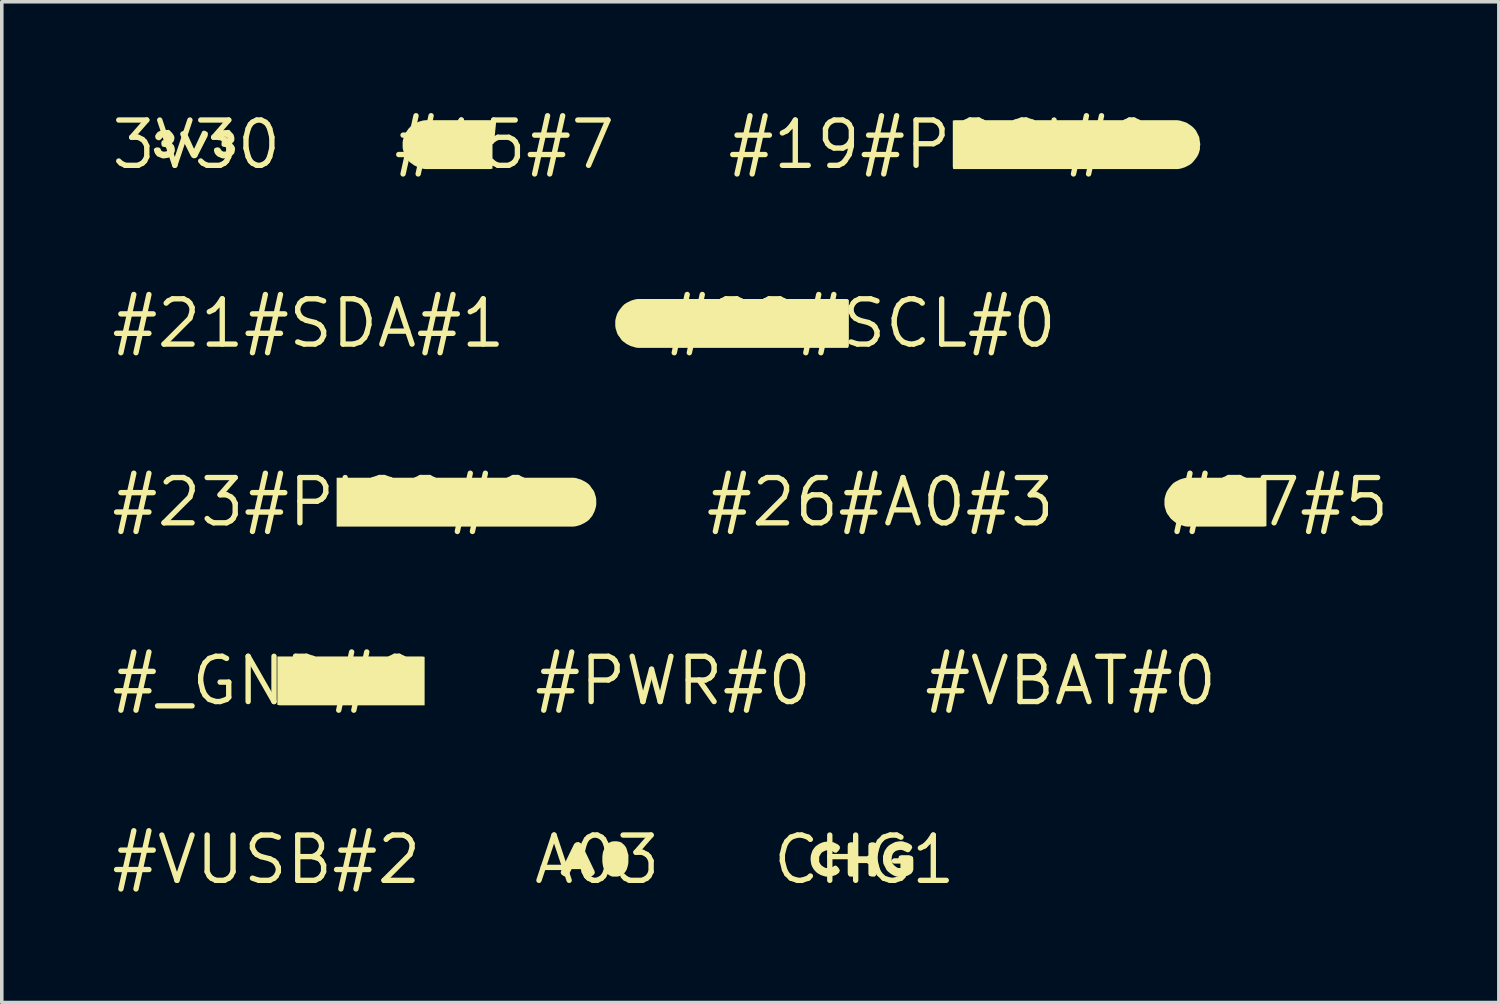
<source format=kicad_pcb>
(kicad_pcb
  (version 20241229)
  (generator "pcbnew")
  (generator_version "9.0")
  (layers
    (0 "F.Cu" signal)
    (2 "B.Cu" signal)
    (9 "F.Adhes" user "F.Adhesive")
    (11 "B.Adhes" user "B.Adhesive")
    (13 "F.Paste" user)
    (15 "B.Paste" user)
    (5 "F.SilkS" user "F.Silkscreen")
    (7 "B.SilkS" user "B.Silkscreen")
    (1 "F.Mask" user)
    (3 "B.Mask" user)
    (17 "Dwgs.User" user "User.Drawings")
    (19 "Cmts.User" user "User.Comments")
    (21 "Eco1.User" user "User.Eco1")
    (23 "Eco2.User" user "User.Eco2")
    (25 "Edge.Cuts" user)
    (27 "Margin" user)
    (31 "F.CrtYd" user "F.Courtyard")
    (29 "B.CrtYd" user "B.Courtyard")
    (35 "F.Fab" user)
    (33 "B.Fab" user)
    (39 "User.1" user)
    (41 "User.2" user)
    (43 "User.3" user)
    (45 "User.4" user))
  (footprint "CHG1"
    (layer "F.Cu")
    (at 21.186 21.056)
    (property "Reference" "CHG1" (at 0 0 0) (layer "F.SilkS") (effects (font (size 1.27 1.27) (thickness 0.15))))
    (fp_poly (pts (xy -0.246 -0.464) (xy -0.225 -0.401) (xy -0.225 -0.132) (xy -0.198 -0.095) (xy 0.078 -0.095) (xy 0.115 -0.122) (xy 0.115 -0.401) (xy 0.136 -0.464) (xy 0.199 -0.485) (xy 0.271 -0.485) (xy 0.335 -0.453) (xy 0.345 -0.39) (xy 0.355 0.371) (xy 0.334 0.433) (xy 0.292 0.475) (xy 0.209 0.475) (xy 0.136 0.454) (xy 0.115 0.401) (xy 0.115 0.132) (xy 0.078 0.095) (xy -0.188 0.095) (xy -0.225 0.132) (xy -0.225 0.401) (xy -0.257 0.454) (xy -0.319 0.475) (xy -0.412 0.475) (xy -0.455 0.432) (xy -0.465 0.37) (xy -0.465 -0.38) (xy -0.455 -0.453) (xy -0.401 -0.485) (xy -0.319 -0.485)) (stroke (width 0) (type default)) (fill yes) (layer "F.SilkS"))
    (fp_poly (pts (xy -0.929 -0.495) (xy -0.858 -0.485) (xy -0.737 -0.424) (xy -0.685 -0.372) (xy -0.685 -0.308) (xy -0.726 -0.247) (xy -0.778 -0.195) (xy -0.832 -0.195) (xy -0.892 -0.235) (xy -0.951 -0.255) (xy -1.02 -0.265) (xy -1.088 -0.255) (xy -1.148 -0.226) (xy -1.196 -0.196) (xy -1.236 -0.137) (xy -1.265 -0.079) (xy -1.265 0.059) (xy -1.236 0.117) (xy -1.197 0.166) (xy -1.137 0.206) (xy -1.079 0.235) (xy -0.951 0.235) (xy -0.892 0.206) (xy -0.821 0.165) (xy -0.777 0.175) (xy -0.726 0.227) (xy -0.685 0.299) (xy -0.706 0.363) (xy -0.757 0.404) (xy -0.808 0.435) (xy -0.879 0.455) (xy -0.949 0.475) (xy -1.081 0.475) (xy -1.151 0.455) (xy -1.212 0.435) (xy -1.273 0.404) (xy -1.333 0.364) (xy -1.384 0.313) (xy -1.424 0.263) (xy -1.454 0.212) (xy -1.485 0.141) (xy -1.495 0.081) (xy -1.505 0.01) (xy -1.505 -0.06) (xy -1.495 -0.131) (xy -1.475 -0.192) (xy -1.455 -0.252) (xy -1.414 -0.313) (xy -1.374 -0.364) (xy -1.323 -0.404) (xy -1.262 -0.444) (xy -1.192 -0.475) (xy -1.131 -0.495) (xy -1.06 -0.505) (xy -1 -0.505)) (stroke (width 0) (type default)) (fill yes) (layer "F.SilkS"))
    (fp_poly (pts (xy 1.131 -0.495) (xy 1.202 -0.475) (xy 1.263 -0.444) (xy 1.324 -0.403) (xy 1.345 -0.34) (xy 1.314 -0.277) (xy 1.263 -0.215) (xy 1.209 -0.205) (xy 1.079 -0.265) (xy 1.02 -0.275) (xy 0.951 -0.265) (xy 0.882 -0.245) (xy 0.834 -0.206) (xy 0.795 -0.158) (xy 0.775 -0.089) (xy 0.765 -0.02) (xy 0.775 0.049) (xy 0.794 0.108) (xy 0.834 0.156) (xy 0.893 0.206) (xy 0.951 0.235) (xy 1.079 0.235) (xy 1.135 0.207) (xy 1.135 0.085) (xy 0.998 0.075) (xy 0.955 0.032) (xy 0.955 -0.041) (xy 0.976 -0.104) (xy 1.039 -0.125) (xy 1.251 -0.125) (xy 1.322 -0.105) (xy 1.365 -0.073) (xy 1.375 -0.000355) (xy 1.375 0.281) (xy 1.354 0.342) (xy 1.313 0.394) (xy 1.262 0.424) (xy 1.202 0.455) (xy 1.131 0.465) (xy 1.06 0.475) (xy 0.909 0.475) (xy 0.848 0.455) (xy 0.787 0.424) (xy 0.727 0.384) (xy 0.677 0.344) (xy 0.626 0.293) (xy 0.535 0.112) (xy 0.525 0.04) (xy 0.525 -0.101) (xy 0.545 -0.161) (xy 0.565 -0.232) (xy 0.596 -0.283) (xy 0.636 -0.343) (xy 0.687 -0.394) (xy 0.747 -0.434) (xy 0.868 -0.495) (xy 0.929 -0.505) (xy 1 -0.515) (xy 1.071 -0.515)) (stroke (width 0) (type default)) (fill yes) (layer "F.SilkS")))
  (footprint "#26#A0#3"
    (layer "F.Cu")
    (at 21.636 11.031)
    (property "Reference" "#26#A0#3" (at 0 0 0) (layer "F.SilkS") (effects (font (size 1.27 1.27) (thickness 0.15))))
    (fp_poly (pts (xy 4.871 0.235) (xy 4.87 0.24) (xy 4.87 0.235) (xy 4.87 0.235)) (stroke (width 0) (type default)) (fill yes) (layer "F.SilkS")))
  (footprint "#23#PICO#0"
    (layer "F.Cu")
    (at 6.055 11.031)
    (property "Reference" "#23#PICO#0" (at 0 0 0) (layer "F.SilkS") (effects (font (size 1.27 1.27) (thickness 0.15))))
    (fp_poly (pts (xy 3.924 -0.224) (xy 3.955 -0.161) (xy 3.955 -0.088) (xy 3.913 -0.036) (xy 3.882 -0.015) (xy 3.74 -0.015) (xy 3.675 -0.026) (xy 3.675 -0.233) (xy 3.719 -0.255) (xy 3.861 -0.255)) (stroke (width 0) (type default)) (fill yes) (layer "F.SilkS"))
    (fp_poly (pts (xy 6.382 -0.255) (xy 6.443 -0.224) (xy 6.494 -0.173) (xy 6.525 -0.112) (xy 6.535 -0.04) (xy 6.535 0.03) (xy 6.525 0.102) (xy 6.484 0.153) (xy 6.433 0.204) (xy 6.372 0.235) (xy 6.31 0.245) (xy 6.239 0.245) (xy 6.177 0.214) (xy 6.127 0.174) (xy 6.075 0.123) (xy 6.055 0.041) (xy 6.055 -0.02) (xy 6.065 -0.091) (xy 6.086 -0.152) (xy 6.136 -0.214) (xy 6.188 -0.254) (xy 6.249 -0.275) (xy 6.321 -0.275)) (stroke (width 0) (type default)) (fill yes) (layer "F.SilkS"))
    (fp_poly (pts (xy 6.98 -0.685) (xy 7.051 -0.675) (xy 7.111 -0.655) (xy 7.182 -0.635) (xy 7.303 -0.574) (xy 7.363 -0.534) (xy 7.414 -0.494) (xy 7.454 -0.443) (xy 7.494 -0.383) (xy 7.534 -0.333) (xy 7.565 -0.272) (xy 7.585 -0.201) (xy 7.605 -0.141) (xy 7.615 -0.07) (xy 7.615 0.07) (xy 7.605 0.131) (xy 7.585 0.201) (xy 7.565 0.262) (xy 7.534 0.322) (xy 7.504 0.383) (xy 7.454 0.443) (xy 7.414 0.494) (xy 7.363 0.534) (xy 7.303 0.574) (xy 7.182 0.635) (xy 7.121 0.655) (xy 7.051 0.675) (xy 6.98 0.685) (xy 0.335 0.685) (xy 0.335 -0.685)) (stroke (width 0) (type default)) (fill yes) (layer "F.SilkS")))
  (footprint "#VUSB#2"
    (layer "F.Cu")
    (at 4.422 21.056)
    (property "Reference" "#VUSB#2" (at 0 0 0) (layer "F.SilkS") (effects (font (size 1.27 1.27) (thickness 0.15))))
    (fp_poly (pts (xy -1.298 0.235) (xy -1.3 0.24) (xy -1.3 0.235) (xy -1.299 0.235)) (stroke (width 0) (type default)) (fill yes) (layer "F.SilkS")))
  (footprint "#VBAT#0"
    (layer "F.Cu")
    (at 26.974 16.043)
    (property "Reference" "#VBAT#0" (at 0 0 0) (layer "F.SilkS") (effects (font (size 1.27 1.27) (thickness 0.15))))
    (fp_poly (pts (xy -3.559 0.235) (xy -3.56 0.24) (xy -3.56 0.235) (xy -3.56 0.235)) (stroke (width 0) (type default)) (fill yes) (layer "F.SilkS")))
  (footprint "#15#7"
    (layer "F.Cu")
    (at 11.095 1.006)
    (property "Reference" "#15#7" (at 0 0 0) (layer "F.SilkS") (effects (font (size 1.27 1.27) (thickness 0.15))))
    (fp_poly (pts (xy -0.335 -0.62) (xy -0.335 0.674) (xy -0.4 0.685) (xy -2.22 0.685) (xy -2.291 0.675) (xy -2.361 0.655) (xy -2.422 0.635) (xy -2.543 0.574) (xy -2.593 0.534) (xy -2.653 0.494) (xy -2.694 0.443) (xy -2.734 0.383) (xy -2.774 0.333) (xy -2.805 0.262) (xy -2.825 0.202) (xy -2.845 0.141) (xy -2.855 0.07) (xy -2.855 -0.07) (xy -2.845 -0.131) (xy -2.825 -0.201) (xy -2.805 -0.262) (xy -2.774 -0.323) (xy -2.734 -0.383) (xy -2.694 -0.443) (xy -2.654 -0.484) (xy -2.603 -0.534) (xy -2.543 -0.574) (xy -2.422 -0.635) (xy -2.361 -0.655) (xy -2.291 -0.675) (xy -2.22 -0.685) (xy -0.346 -0.685)) (stroke (width 0) (type default)) (fill yes) (layer "F.SilkS")))
  (footprint "#27#5"
    (layer "F.Cu")
    (at 32.798 11.031)
    (property "Reference" "#27#5" (at 0 0 0) (layer "F.SilkS") (effects (font (size 1.27 1.27) (thickness 0.15))))
    (fp_poly (pts (xy -0.335 -0.62) (xy -0.335 0.674) (xy -0.4 0.685) (xy -2.56 0.685) (xy -2.631 0.675) (xy -2.691 0.655) (xy -2.762 0.635) (xy -2.883 0.574) (xy -2.933 0.534) (xy -2.983 0.494) (xy -3.034 0.443) (xy -3.074 0.383) (xy -3.114 0.333) (xy -3.145 0.272) (xy -3.165 0.201) (xy -3.185 0.141) (xy -3.195 0.07) (xy -3.195 -0.07) (xy -3.185 -0.131) (xy -3.165 -0.201) (xy -3.145 -0.262) (xy -3.114 -0.323) (xy -3.074 -0.383) (xy -3.034 -0.433) (xy -2.994 -0.483) (xy -2.943 -0.534) (xy -2.883 -0.574) (xy -2.762 -0.635) (xy -2.701 -0.655) (xy -2.631 -0.675) (xy -2.56 -0.685) (xy -0.346 -0.685)) (stroke (width 0) (type default)) (fill yes) (layer "F.SilkS")))
  (footprint "#21#SDA#1"
    (layer "F.Cu")
    (at 5.601 6.019)
    (property "Reference" "#21#SDA#1" (at 0 0 0) (layer "F.SilkS") (effects (font (size 1.27 1.27) (thickness 0.15))))
    (fp_poly (pts (xy -2.538 0.236) (xy -2.54 0.24) (xy -2.54 0.235) (xy -2.539 0.235)) (stroke (width 0) (type default)) (fill yes) (layer "F.SilkS")))
  (footprint "#22#SCL#0"
    (layer "F.Cu")
    (at 21.088 6.019)
    (property "Reference" "#22#SCL#0" (at 0 0 0) (layer "F.SilkS") (effects (font (size 1.27 1.27) (thickness 0.15))))
    (fp_poly (pts (xy -0.335 -0.652) (xy -0.335 0.631) (xy -0.357 0.685) (xy -6.25 0.685) (xy -6.321 0.675) (xy -6.381 0.655) (xy -6.452 0.635) (xy -6.573 0.574) (xy -6.623 0.534) (xy -6.683 0.494) (xy -6.724 0.443) (xy -6.764 0.383) (xy -6.804 0.333) (xy -6.835 0.272) (xy -6.855 0.201) (xy -6.875 0.141) (xy -6.885 0.07) (xy -6.885 -0.07) (xy -6.875 -0.131) (xy -6.855 -0.201) (xy -6.835 -0.262) (xy -6.804 -0.323) (xy -6.764 -0.383) (xy -6.724 -0.433) (xy -6.684 -0.483) (xy -6.633 -0.534) (xy -6.573 -0.574) (xy -6.452 -0.635) (xy -6.391 -0.655) (xy -6.321 -0.675) (xy -6.25 -0.685) (xy -0.378 -0.685)) (stroke (width 0) (type default)) (fill yes) (layer "F.SilkS")))
  (footprint "#19#POCI#0"
    (layer "F.Cu")
    (at 23.333 1.006)
    (property "Reference" "#19#POCI#0" (at 0 0 0) (layer "F.SilkS") (effects (font (size 1.27 1.27) (thickness 0.15))))
    (fp_poly (pts (xy 1.774 -0.264) (xy 1.795 -0.21) (xy 1.774 -0.136) (xy 1.721 -0.115) (xy 1.638 -0.115) (xy 1.595 -0.168) (xy 1.595 -0.232) (xy 1.638 -0.285) (xy 1.701 -0.285)) (stroke (width 0) (type default)) (fill yes) (layer "F.SilkS"))
    (fp_poly (pts (xy 3.532 -0.245) (xy 3.594 -0.203) (xy 3.615 -0.14) (xy 3.605 -0.067) (xy 3.552 -0.025) (xy 3.511 -0.015) (xy 3.368 -0.015) (xy 3.325 -0.048) (xy 3.325 -0.255) (xy 3.47 -0.255)) (stroke (width 0) (type default)) (fill yes) (layer "F.SilkS"))
    (fp_poly (pts (xy 4.572 -0.265) (xy 4.633 -0.234) (xy 4.684 -0.183) (xy 4.715 -0.132) (xy 4.735 -0.061) (xy 4.735 0.01) (xy 4.725 0.082) (xy 4.694 0.143) (xy 4.653 0.194) (xy 4.592 0.225) (xy 4.521 0.245) (xy 4.459 0.245) (xy 4.398 0.225) (xy 4.337 0.184) (xy 4.286 0.143) (xy 4.245 0.061) (xy 4.245 -0.01) (xy 4.255 -0.081) (xy 4.276 -0.142) (xy 4.316 -0.194) (xy 4.378 -0.244) (xy 4.439 -0.265) (xy 4.5 -0.275)) (stroke (width 0) (type default)) (fill yes) (layer "F.SilkS"))
    (fp_poly (pts (xy 6.63 -0.685) (xy 6.701 -0.675) (xy 6.771 -0.655) (xy 6.832 -0.635) (xy 6.892 -0.615) (xy 7.013 -0.534) (xy 7.063 -0.494) (xy 7.114 -0.443) (xy 7.154 -0.393) (xy 7.245 -0.212) (xy 7.255 -0.141) (xy 7.265 -0.071) (xy 7.275 -0.01) (xy 7.265 0.06) (xy 7.265 0.131) (xy 7.245 0.201) (xy 7.225 0.262) (xy 7.194 0.323) (xy 7.154 0.383) (xy 7.114 0.433) (xy 7.074 0.483) (xy 7.023 0.534) (xy 6.963 0.574) (xy 6.842 0.635) (xy 6.781 0.655) (xy 6.711 0.675) (xy 6.64 0.685) (xy 0.346 0.685) (xy 0.335 0.62) (xy 0.335 -0.674) (xy 0.39 -0.685)) (stroke (width 0) (type default)) (fill yes) (layer "F.SilkS")))
  (footprint "#PWR#0"
    (layer "F.Cu")
    (at 15.825 16.043)
    (property "Reference" "#PWR#0" (at 0 0 0) (layer "F.SilkS") (effects (font (size 1.27 1.27) (thickness 0.15))))
    (fp_poly (pts (xy -3.707 -0.024) (xy -3.71 -0.02) (xy -3.71 -0.025) (xy -3.708 -0.025)) (stroke (width 0) (type default)) (fill yes) (layer "F.SilkS")))
  (footprint "A03"
    (layer "F.Cu")
    (at 13.696 21.056)
    (property "Reference" "A03" (at 0 0 0) (layer "F.SilkS") (effects (font (size 1.27 1.27) (thickness 0.15))))
    (fp_poly (pts (xy -0.467 -0.464) (xy -0.436 -0.433) (xy -0.075 0.318) (xy -0.065 0.371) (xy -0.096 0.423) (xy -0.168 0.475) (xy -0.232 0.475) (xy -0.284 0.433) (xy -0.344 0.303) (xy -0.382 0.265) (xy -0.717 0.265) (xy -0.776 0.382) (xy -0.806 0.444) (xy -0.869 0.475) (xy -0.932 0.465) (xy -1.004 0.413) (xy -1.025 0.36) (xy -1.005 0.298) (xy -0.674 -0.382) (xy -0.644 -0.443) (xy -0.592 -0.485) (xy -0.519 -0.495)) (stroke (width 0) (type default)) (fill yes) (layer "F.SilkS"))
    (fp_poly (pts (xy 0.611 -0.505) (xy 0.672 -0.484) (xy 0.733 -0.434) (xy 0.774 -0.393) (xy 0.815 -0.332) (xy 0.835 -0.271) (xy 0.856 -0.196) (xy 0.856 -0.196) (xy 0.875 -0.131) (xy 0.875 0.08) (xy 0.865 0.151) (xy 0.845 0.221) (xy 0.825 0.282) (xy 0.794 0.333) (xy 0.754 0.384) (xy 0.703 0.424) (xy 0.642 0.455) (xy 0.571 0.475) (xy 0.429 0.475) (xy 0.368 0.455) (xy 0.307 0.414) (xy 0.256 0.374) (xy 0.216 0.323) (xy 0.185 0.252) (xy 0.165 0.191) (xy 0.155 0.131) (xy 0.145 0.06) (xy 0.145 -0.09) (xy 0.155 -0.161) (xy 0.165 -0.221) (xy 0.195 -0.292) (xy 0.216 -0.352) (xy 0.256 -0.403) (xy 0.276 -0.444) (xy 0.338 -0.474) (xy 0.398 -0.505) (xy 0.47 -0.515) (xy 0.54 -0.515)) (stroke (width 0) (type default)) (fill yes) (layer "F.SilkS")))
  (footprint "#_GND#0"
    (layer "F.Cu")
    (at 4.392 16.043)
    (property "Reference" "#_GND#0" (at 0 0 0) (layer "F.SilkS") (effects (font (size 1.27 1.27) (thickness 0.15))))
    (fp_poly (pts (xy 4.4 -0.685) (xy 4.465 -0.674) (xy 4.465 0.685) (xy 0.4 0.685) (xy 0.335 0.674) (xy 0.335 -0.685)) (stroke (width 0) (type default)) (fill yes) (layer "F.SilkS"))
    (fp_poly (pts (xy 3.623 -0.224) (xy 3.674 -0.184) (xy 3.714 -0.133) (xy 3.745 -0.072) (xy 3.755 0) (xy 3.745 0.072) (xy 3.714 0.133) (xy 3.664 0.184) (xy 3.613 0.234) (xy 3.591 0.245) (xy 3.386 0.245) (xy 3.375 0.18) (xy 3.375 -0.223) (xy 3.418 -0.255) (xy 3.561 -0.255)) (stroke (width 0) (type default)) (fill yes) (layer "F.SilkS")))
  (footprint "3V30"
    (layer "F.Cu")
    (at 2.457 1.006)
    (property "Reference" "3V30" (at 0 0 0) (layer "F.SilkS") (effects (font (size 1.27 1.27) (thickness 0.15))))
    (fp_poly (pts (xy -0.286 -0.353) (xy -0.266 -0.322) (xy -0.076 0.097) (xy -0.061 0.111) (xy 0.166 -0.374) (xy 0.21 -0.395) (xy 0.272 -0.374) (xy 0.314 -0.343) (xy 0.325 -0.3) (xy 0.315 -0.238) (xy 0.045 0.292) (xy 0.024 0.343) (xy -0.018 0.375) (xy -0.07 0.385) (xy -0.123 0.364) (xy -0.154 0.323) (xy -0.445 -0.258) (xy -0.455 -0.311) (xy -0.434 -0.354) (xy -0.372 -0.385) (xy -0.318 -0.396)) (stroke (width 0) (type default)) (fill yes) (layer "F.SilkS"))
    (fp_poly (pts (xy -0.686 -0.333) (xy -0.656 -0.293) (xy -0.625 -0.242) (xy -0.615 -0.19) (xy -0.625 -0.129) (xy -0.646 -0.077) (xy -0.684 -0.048) (xy -0.676 -0.023) (xy -0.636 0.017) (xy -0.615 0.069) (xy -0.605 0.12) (xy -0.605 0.181) (xy -0.625 0.232) (xy -0.646 0.273) (xy -0.687 0.314) (xy -0.738 0.344) (xy -0.778 0.365) (xy -0.839 0.375) (xy -0.89 0.385) (xy -0.951 0.385) (xy -1.002 0.365) (xy -1.052 0.345) (xy -1.103 0.324) (xy -1.134 0.283) (xy -1.164 0.242) (xy -1.185 0.181) (xy -1.195 0.128) (xy -1.163 0.096) (xy -1.111 0.075) (xy -1.038 0.085) (xy -1.006 0.117) (xy -0.986 0.167) (xy -0.939 0.195) (xy -0.88 0.195) (xy -0.832 0.185) (xy -0.795 0.148) (xy -0.805 0.103) (xy -0.842 0.075) (xy -0.901 0.065) (xy -0.953 0.054) (xy -0.975 0.022) (xy -0.985 -0.05) (xy -0.964 -0.114) (xy -0.921 -0.125) (xy -0.861 -0.135) (xy -0.815 -0.153) (xy -0.815 -0.188) (xy -0.852 -0.215) (xy -0.909 -0.225) (xy -0.957 -0.196) (xy -0.986 -0.156) (xy -1.028 -0.125) (xy -1.081 -0.125) (xy -1.134 -0.157) (xy -1.155 -0.209) (xy -1.155 -0.251) (xy -1.124 -0.303) (xy -1.083 -0.354) (xy -1.042 -0.375) (xy -0.981 -0.395) (xy -0.931 -0.405) (xy -0.768 -0.415)) (stroke (width 0) (type default)) (fill yes) (layer "F.SilkS"))
    (fp_poly (pts (xy 0.994 -0.333) (xy 1.034 -0.293) (xy 1.055 -0.241) (xy 1.065 -0.19) (xy 1.065 -0.129) (xy 1.044 -0.077) (xy 1.005 -0.047) (xy 1.005 -0.022) (xy 1.044 0.017) (xy 1.075 0.068) (xy 1.085 0.12) (xy 1.075 0.181) (xy 1.065 0.232) (xy 1.034 0.273) (xy 0.993 0.314) (xy 0.952 0.344) (xy 0.901 0.365) (xy 0.851 0.375) (xy 0.79 0.385) (xy 0.729 0.385) (xy 0.678 0.365) (xy 0.628 0.345) (xy 0.587 0.324) (xy 0.546 0.283) (xy 0.516 0.242) (xy 0.495 0.181) (xy 0.495 0.128) (xy 0.517 0.096) (xy 0.58 0.075) (xy 0.642 0.085) (xy 0.674 0.117) (xy 0.704 0.166) (xy 0.751 0.195) (xy 0.8 0.195) (xy 0.848 0.185) (xy 0.885 0.148) (xy 0.885 0.103) (xy 0.838 0.075) (xy 0.789 0.065) (xy 0.738 0.055) (xy 0.705 0.022) (xy 0.705 -0.05) (xy 0.716 -0.114) (xy 0.759 -0.125) (xy 0.828 -0.135) (xy 0.865 -0.153) (xy 0.865 -0.188) (xy 0.828 -0.215) (xy 0.771 -0.225) (xy 0.723 -0.196) (xy 0.694 -0.156) (xy 0.652 -0.125) (xy 0.609 -0.125) (xy 0.546 -0.156) (xy 0.525 -0.21) (xy 0.535 -0.252) (xy 0.566 -0.303) (xy 0.607 -0.354) (xy 0.648 -0.375) (xy 0.699 -0.395) (xy 0.749 -0.405) (xy 0.922 -0.415)) (stroke (width 0) (type default)) (fill yes) (layer "F.SilkS")))
  (gr_rect
    (start -3 -3)
    (end 38.98 25.062)
    (stroke (width 0.1) (type default))
    (fill no)
    (layer "Edge.Cuts")))
</source>
